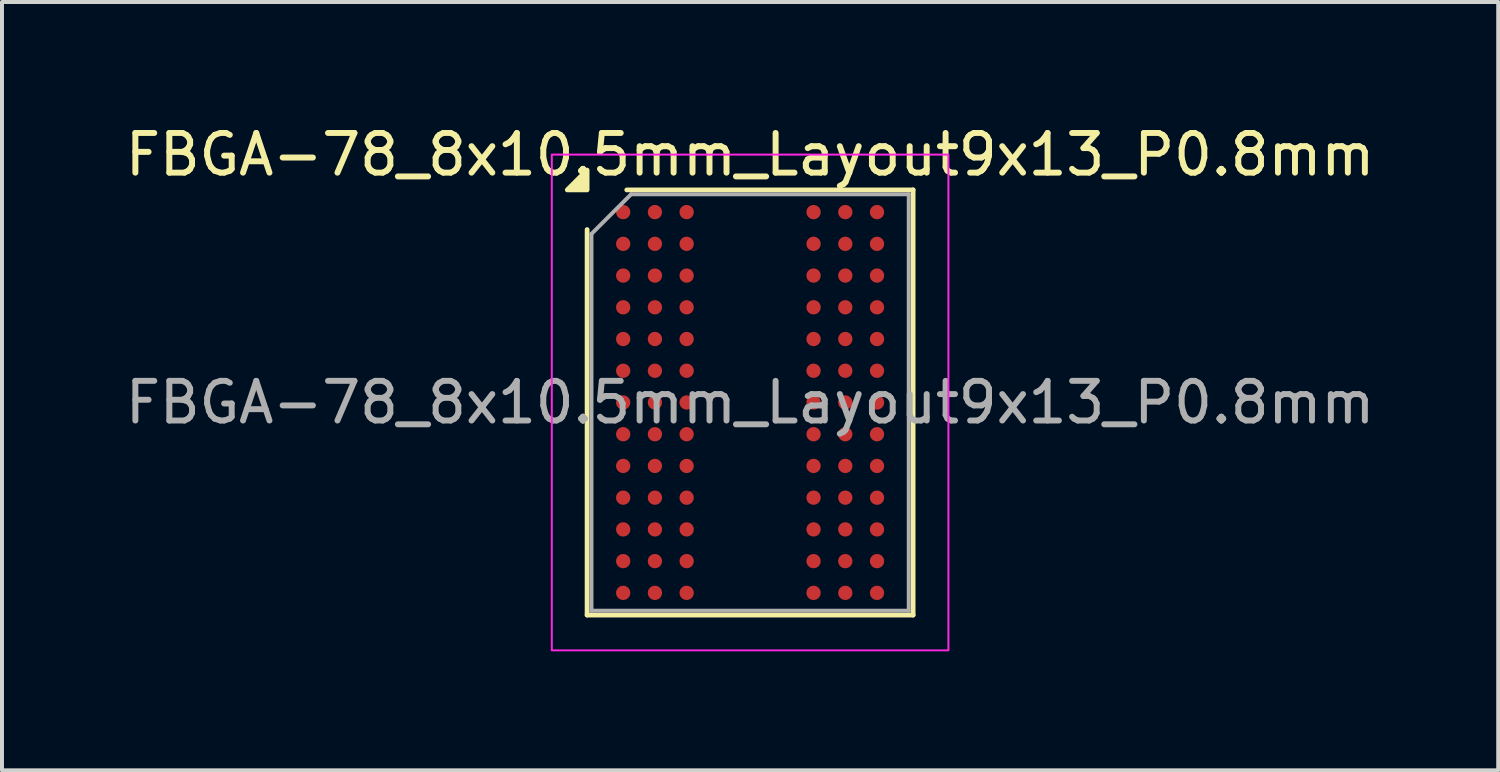
<source format=kicad_pcb>
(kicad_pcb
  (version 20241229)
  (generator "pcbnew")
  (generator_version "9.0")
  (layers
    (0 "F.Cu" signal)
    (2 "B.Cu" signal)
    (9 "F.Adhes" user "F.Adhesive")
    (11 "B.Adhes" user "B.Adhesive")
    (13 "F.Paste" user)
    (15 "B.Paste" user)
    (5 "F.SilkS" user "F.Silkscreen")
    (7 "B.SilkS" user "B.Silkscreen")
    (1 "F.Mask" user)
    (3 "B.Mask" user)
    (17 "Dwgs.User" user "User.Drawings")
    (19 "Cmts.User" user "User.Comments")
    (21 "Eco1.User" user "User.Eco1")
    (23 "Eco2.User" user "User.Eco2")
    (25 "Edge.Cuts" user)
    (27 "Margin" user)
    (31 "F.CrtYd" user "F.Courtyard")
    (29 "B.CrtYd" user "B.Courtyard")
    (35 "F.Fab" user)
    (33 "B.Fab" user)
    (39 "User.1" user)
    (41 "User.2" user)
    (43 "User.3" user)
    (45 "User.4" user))
  (footprint "FBGA-78_8x10.5mm_Layout9x13_P0.8mm"
    (layer "F.Cu")
    (at 15.863 7.098)
    (property "Reference" "FBGA-78_8x10.5mm_Layout9x13_P0.8mm" (at 0 -6.25 0) (layer "F.SilkS") (effects (font (size 1 1) (thickness 0.15))))
    (attr smd)
    (fp_line (start -4.11 5.36) (end -4.11 -4.36) (stroke (width 0.12) (type solid)) (layer "F.SilkS"))
    (fp_line (start -3.11 -5.36) (end 4.11 -5.36) (stroke (width 0.12) (type solid)) (layer "F.SilkS"))
    (fp_line (start 4.11 -5.36) (end 4.11 5.36) (stroke (width 0.12) (type solid)) (layer "F.SilkS"))
    (fp_line (start 4.11 5.36) (end -4.11 5.36) (stroke (width 0.12) (type solid)) (layer "F.SilkS"))
    (fp_poly (pts (xy -4.11 -5.36) (xy -4.61 -5.36) (xy -4.11 -5.86)) (stroke (width 0.12) (type solid)) (fill yes) (layer "F.SilkS"))
    (fp_rect (start -5 -6.25) (end 5 6.25) (stroke (width 0.05) (type solid)) (fill no) (layer "F.CrtYd"))
    (fp_line (start -4 -4.25) (end -3 -5.25) (stroke (width 0.1) (type solid)) (layer "F.Fab"))
    (fp_line (start -4 5.25) (end -4 -4.25) (stroke (width 0.1) (type solid)) (layer "F.Fab"))
    (fp_line (start -3 -5.25) (end 4 -5.25) (stroke (width 0.1) (type solid)) (layer "F.Fab"))
    (fp_line (start 4 -5.25) (end 4 5.25) (stroke (width 0.1) (type solid)) (layer "F.Fab"))
    (fp_line (start 4 5.25) (end -4 5.25) (stroke (width 0.1) (type solid)) (layer "F.Fab"))
    (fp_text user "${REFERENCE}" (at 0 0 0) (layer "F.Fab") (effects (font (size 1 1) (thickness 0.15))))
    (pad "A1" smd circle (at -3.2 -4.8) (size 0.36 0.36) (property pad_prop_bga) (layers "F.Cu" "F.Mask" "F.Paste"))
    (pad "A2" smd circle (at -2.4 -4.8) (size 0.36 0.36) (property pad_prop_bga) (layers "F.Cu" "F.Mask" "F.Paste"))
    (pad "A3" smd circle (at -1.6 -4.8) (size 0.36 0.36) (property pad_prop_bga) (layers "F.Cu" "F.Mask" "F.Paste"))
    (pad "A7" smd circle (at 1.6 -4.8) (size 0.36 0.36) (property pad_prop_bga) (layers "F.Cu" "F.Mask" "F.Paste"))
    (pad "A8" smd circle (at 2.4 -4.8) (size 0.36 0.36) (property pad_prop_bga) (layers "F.Cu" "F.Mask" "F.Paste"))
    (pad "A9" smd circle (at 3.2 -4.8) (size 0.36 0.36) (property pad_prop_bga) (layers "F.Cu" "F.Mask" "F.Paste"))
    (pad "B1" smd circle (at -3.2 -4) (size 0.36 0.36) (property pad_prop_bga) (layers "F.Cu" "F.Mask" "F.Paste"))
    (pad "B2" smd circle (at -2.4 -4) (size 0.36 0.36) (property pad_prop_bga) (layers "F.Cu" "F.Mask" "F.Paste"))
    (pad "B3" smd circle (at -1.6 -4) (size 0.36 0.36) (property pad_prop_bga) (layers "F.Cu" "F.Mask" "F.Paste"))
    (pad "B7" smd circle (at 1.6 -4) (size 0.36 0.36) (property pad_prop_bga) (layers "F.Cu" "F.Mask" "F.Paste"))
    (pad "B8" smd circle (at 2.4 -4) (size 0.36 0.36) (property pad_prop_bga) (layers "F.Cu" "F.Mask" "F.Paste"))
    (pad "B9" smd circle (at 3.2 -4) (size 0.36 0.36) (property pad_prop_bga) (layers "F.Cu" "F.Mask" "F.Paste"))
    (pad "C1" smd circle (at -3.2 -3.2) (size 0.36 0.36) (property pad_prop_bga) (layers "F.Cu" "F.Mask" "F.Paste"))
    (pad "C2" smd circle (at -2.4 -3.2) (size 0.36 0.36) (property pad_prop_bga) (layers "F.Cu" "F.Mask" "F.Paste"))
    (pad "C3" smd circle (at -1.6 -3.2) (size 0.36 0.36) (property pad_prop_bga) (layers "F.Cu" "F.Mask" "F.Paste"))
    (pad "C7" smd circle (at 1.6 -3.2) (size 0.36 0.36) (property pad_prop_bga) (layers "F.Cu" "F.Mask" "F.Paste"))
    (pad "C8" smd circle (at 2.4 -3.2) (size 0.36 0.36) (property pad_prop_bga) (layers "F.Cu" "F.Mask" "F.Paste"))
    (pad "C9" smd circle (at 3.2 -3.2) (size 0.36 0.36) (property pad_prop_bga) (layers "F.Cu" "F.Mask" "F.Paste"))
    (pad "D1" smd circle (at -3.2 -2.4) (size 0.36 0.36) (property pad_prop_bga) (layers "F.Cu" "F.Mask" "F.Paste"))
    (pad "D2" smd circle (at -2.4 -2.4) (size 0.36 0.36) (property pad_prop_bga) (layers "F.Cu" "F.Mask" "F.Paste"))
    (pad "D3" smd circle (at -1.6 -2.4) (size 0.36 0.36) (property pad_prop_bga) (layers "F.Cu" "F.Mask" "F.Paste"))
    (pad "D7" smd circle (at 1.6 -2.4) (size 0.36 0.36) (property pad_prop_bga) (layers "F.Cu" "F.Mask" "F.Paste"))
    (pad "D8" smd circle (at 2.4 -2.4) (size 0.36 0.36) (property pad_prop_bga) (layers "F.Cu" "F.Mask" "F.Paste"))
    (pad "D9" smd circle (at 3.2 -2.4) (size 0.36 0.36) (property pad_prop_bga) (layers "F.Cu" "F.Mask" "F.Paste"))
    (pad "E1" smd circle (at -3.2 -1.6) (size 0.36 0.36) (property pad_prop_bga) (layers "F.Cu" "F.Mask" "F.Paste"))
    (pad "E2" smd circle (at -2.4 -1.6) (size 0.36 0.36) (property pad_prop_bga) (layers "F.Cu" "F.Mask" "F.Paste"))
    (pad "E3" smd circle (at -1.6 -1.6) (size 0.36 0.36) (property pad_prop_bga) (layers "F.Cu" "F.Mask" "F.Paste"))
    (pad "E7" smd circle (at 1.6 -1.6) (size 0.36 0.36) (property pad_prop_bga) (layers "F.Cu" "F.Mask" "F.Paste"))
    (pad "E8" smd circle (at 2.4 -1.6) (size 0.36 0.36) (property pad_prop_bga) (layers "F.Cu" "F.Mask" "F.Paste"))
    (pad "E9" smd circle (at 3.2 -1.6) (size 0.36 0.36) (property pad_prop_bga) (layers "F.Cu" "F.Mask" "F.Paste"))
    (pad "F1" smd circle (at -3.2 -0.8) (size 0.36 0.36) (property pad_prop_bga) (layers "F.Cu" "F.Mask" "F.Paste"))
    (pad "F2" smd circle (at -2.4 -0.8) (size 0.36 0.36) (property pad_prop_bga) (layers "F.Cu" "F.Mask" "F.Paste"))
    (pad "F3" smd circle (at -1.6 -0.8) (size 0.36 0.36) (property pad_prop_bga) (layers "F.Cu" "F.Mask" "F.Paste"))
    (pad "F7" smd circle (at 1.6 -0.8) (size 0.36 0.36) (property pad_prop_bga) (layers "F.Cu" "F.Mask" "F.Paste"))
    (pad "F8" smd circle (at 2.4 -0.8) (size 0.36 0.36) (property pad_prop_bga) (layers "F.Cu" "F.Mask" "F.Paste"))
    (pad "F9" smd circle (at 3.2 -0.8) (size 0.36 0.36) (property pad_prop_bga) (layers "F.Cu" "F.Mask" "F.Paste"))
    (pad "G1" smd circle (at -3.2 0) (size 0.36 0.36) (property pad_prop_bga) (layers "F.Cu" "F.Mask" "F.Paste"))
    (pad "G2" smd circle (at -2.4 0) (size 0.36 0.36) (property pad_prop_bga) (layers "F.Cu" "F.Mask" "F.Paste"))
    (pad "G3" smd circle (at -1.6 0) (size 0.36 0.36) (property pad_prop_bga) (layers "F.Cu" "F.Mask" "F.Paste"))
    (pad "G7" smd circle (at 1.6 0) (size 0.36 0.36) (property pad_prop_bga) (layers "F.Cu" "F.Mask" "F.Paste"))
    (pad "G8" smd circle (at 2.4 0) (size 0.36 0.36) (property pad_prop_bga) (layers "F.Cu" "F.Mask" "F.Paste"))
    (pad "G9" smd circle (at 3.2 0) (size 0.36 0.36) (property pad_prop_bga) (layers "F.Cu" "F.Mask" "F.Paste"))
    (pad "H1" smd circle (at -3.2 0.8) (size 0.36 0.36) (property pad_prop_bga) (layers "F.Cu" "F.Mask" "F.Paste"))
    (pad "H2" smd circle (at -2.4 0.8) (size 0.36 0.36) (property pad_prop_bga) (layers "F.Cu" "F.Mask" "F.Paste"))
    (pad "H3" smd circle (at -1.6 0.8) (size 0.36 0.36) (property pad_prop_bga) (layers "F.Cu" "F.Mask" "F.Paste"))
    (pad "H7" smd circle (at 1.6 0.8) (size 0.36 0.36) (property pad_prop_bga) (layers "F.Cu" "F.Mask" "F.Paste"))
    (pad "H8" smd circle (at 2.4 0.8) (size 0.36 0.36) (property pad_prop_bga) (layers "F.Cu" "F.Mask" "F.Paste"))
    (pad "H9" smd circle (at 3.2 0.8) (size 0.36 0.36) (property pad_prop_bga) (layers "F.Cu" "F.Mask" "F.Paste"))
    (pad "J1" smd circle (at -3.2 1.6) (size 0.36 0.36) (property pad_prop_bga) (layers "F.Cu" "F.Mask" "F.Paste"))
    (pad "J2" smd circle (at -2.4 1.6) (size 0.36 0.36) (property pad_prop_bga) (layers "F.Cu" "F.Mask" "F.Paste"))
    (pad "J3" smd circle (at -1.6 1.6) (size 0.36 0.36) (property pad_prop_bga) (layers "F.Cu" "F.Mask" "F.Paste"))
    (pad "J7" smd circle (at 1.6 1.6) (size 0.36 0.36) (property pad_prop_bga) (layers "F.Cu" "F.Mask" "F.Paste"))
    (pad "J8" smd circle (at 2.4 1.6) (size 0.36 0.36) (property pad_prop_bga) (layers "F.Cu" "F.Mask" "F.Paste"))
    (pad "J9" smd circle (at 3.2 1.6) (size 0.36 0.36) (property pad_prop_bga) (layers "F.Cu" "F.Mask" "F.Paste"))
    (pad "K1" smd circle (at -3.2 2.4) (size 0.36 0.36) (property pad_prop_bga) (layers "F.Cu" "F.Mask" "F.Paste"))
    (pad "K2" smd circle (at -2.4 2.4) (size 0.36 0.36) (property pad_prop_bga) (layers "F.Cu" "F.Mask" "F.Paste"))
    (pad "K3" smd circle (at -1.6 2.4) (size 0.36 0.36) (property pad_prop_bga) (layers "F.Cu" "F.Mask" "F.Paste"))
    (pad "K7" smd circle (at 1.6 2.4) (size 0.36 0.36) (property pad_prop_bga) (layers "F.Cu" "F.Mask" "F.Paste"))
    (pad "K8" smd circle (at 2.4 2.4) (size 0.36 0.36) (property pad_prop_bga) (layers "F.Cu" "F.Mask" "F.Paste"))
    (pad "K9" smd circle (at 3.2 2.4) (size 0.36 0.36) (property pad_prop_bga) (layers "F.Cu" "F.Mask" "F.Paste"))
    (pad "L1" smd circle (at -3.2 3.2) (size 0.36 0.36) (property pad_prop_bga) (layers "F.Cu" "F.Mask" "F.Paste"))
    (pad "L2" smd circle (at -2.4 3.2) (size 0.36 0.36) (property pad_prop_bga) (layers "F.Cu" "F.Mask" "F.Paste"))
    (pad "L3" smd circle (at -1.6 3.2) (size 0.36 0.36) (property pad_prop_bga) (layers "F.Cu" "F.Mask" "F.Paste"))
    (pad "L7" smd circle (at 1.6 3.2) (size 0.36 0.36) (property pad_prop_bga) (layers "F.Cu" "F.Mask" "F.Paste"))
    (pad "L8" smd circle (at 2.4 3.2) (size 0.36 0.36) (property pad_prop_bga) (layers "F.Cu" "F.Mask" "F.Paste"))
    (pad "L9" smd circle (at 3.2 3.2) (size 0.36 0.36) (property pad_prop_bga) (layers "F.Cu" "F.Mask" "F.Paste"))
    (pad "M1" smd circle (at -3.2 4) (size 0.36 0.36) (property pad_prop_bga) (layers "F.Cu" "F.Mask" "F.Paste"))
    (pad "M2" smd circle (at -2.4 4) (size 0.36 0.36) (property pad_prop_bga) (layers "F.Cu" "F.Mask" "F.Paste"))
    (pad "M3" smd circle (at -1.6 4) (size 0.36 0.36) (property pad_prop_bga) (layers "F.Cu" "F.Mask" "F.Paste"))
    (pad "M7" smd circle (at 1.6 4) (size 0.36 0.36) (property pad_prop_bga) (layers "F.Cu" "F.Mask" "F.Paste"))
    (pad "M8" smd circle (at 2.4 4) (size 0.36 0.36) (property pad_prop_bga) (layers "F.Cu" "F.Mask" "F.Paste"))
    (pad "M9" smd circle (at 3.2 4) (size 0.36 0.36) (property pad_prop_bga) (layers "F.Cu" "F.Mask" "F.Paste"))
    (pad "N1" smd circle (at -3.2 4.8) (size 0.36 0.36) (property pad_prop_bga) (layers "F.Cu" "F.Mask" "F.Paste"))
    (pad "N2" smd circle (at -2.4 4.8) (size 0.36 0.36) (property pad_prop_bga) (layers "F.Cu" "F.Mask" "F.Paste"))
    (pad "N3" smd circle (at -1.6 4.8) (size 0.36 0.36) (property pad_prop_bga) (layers "F.Cu" "F.Mask" "F.Paste"))
    (pad "N7" smd circle (at 1.6 4.8) (size 0.36 0.36) (property pad_prop_bga) (layers "F.Cu" "F.Mask" "F.Paste"))
    (pad "N8" smd circle (at 2.4 4.8) (size 0.36 0.36) (property pad_prop_bga) (layers "F.Cu" "F.Mask" "F.Paste"))
    (pad "N9" smd circle (at 3.2 4.8) (size 0.36 0.36) (property pad_prop_bga) (layers "F.Cu" "F.Mask" "F.Paste")))
  (gr_rect
    (start -3 -3)
    (end 34.726 16.373)
    (stroke (width 0.1) (type default))
    (fill no)
    (layer "Edge.Cuts")))
</source>
